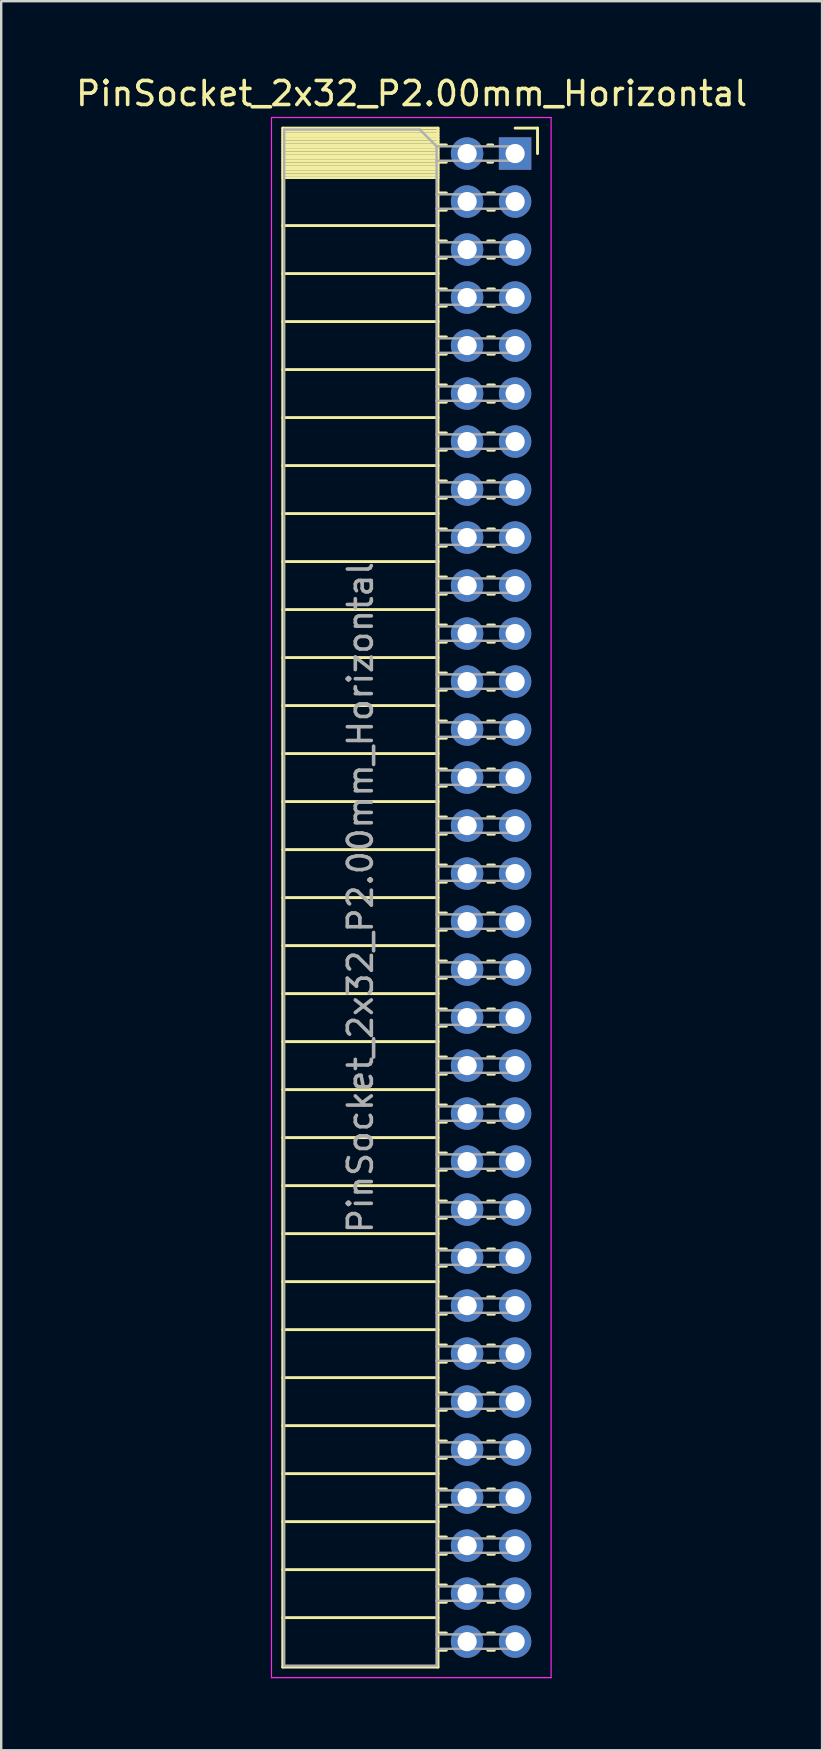
<source format=kicad_pcb>
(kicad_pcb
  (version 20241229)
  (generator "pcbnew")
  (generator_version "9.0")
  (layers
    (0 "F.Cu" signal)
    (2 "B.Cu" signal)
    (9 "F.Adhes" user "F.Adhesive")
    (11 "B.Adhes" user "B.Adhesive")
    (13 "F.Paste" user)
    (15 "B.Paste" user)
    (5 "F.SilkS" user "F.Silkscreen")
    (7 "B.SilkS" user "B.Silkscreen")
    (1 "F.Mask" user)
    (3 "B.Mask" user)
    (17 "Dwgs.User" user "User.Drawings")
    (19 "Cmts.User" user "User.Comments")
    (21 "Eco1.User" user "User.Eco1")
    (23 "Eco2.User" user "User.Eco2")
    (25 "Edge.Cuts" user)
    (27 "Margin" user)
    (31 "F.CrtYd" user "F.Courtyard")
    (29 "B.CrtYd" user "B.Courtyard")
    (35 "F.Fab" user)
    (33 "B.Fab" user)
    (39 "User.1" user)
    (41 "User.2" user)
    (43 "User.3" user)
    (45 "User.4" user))
  (footprint "PinSocket_2x32_P2.00mm_Horizontal"
    (layer "F.Cu")
    (at 18.411 3.348)
    (property "Reference" "PinSocket_2x32_P2.00mm_Horizontal" (at -4.31 -2.5 0) (layer "F.SilkS") (effects (font (size 1 1) (thickness 0.15))))
    (attr through_hole)
    (fp_line (start -9.68 -1.06) (end -9.68 63.06) (stroke (width 0.12) (type solid)) (layer "F.SilkS"))
    (fp_line (start -9.68 -1.06) (end -3.21 -1.06) (stroke (width 0.12) (type solid)) (layer "F.SilkS"))
    (fp_line (start -9.68 -0.94) (end -3.21 -0.94) (stroke (width 0.12) (type solid)) (layer "F.SilkS"))
    (fp_line (start -9.68 -0.826) (end -3.21 -0.826) (stroke (width 0.12) (type solid)) (layer "F.SilkS"))
    (fp_line (start -9.68 -0.712) (end -3.21 -0.712) (stroke (width 0.12) (type solid)) (layer "F.SilkS"))
    (fp_line (start -9.68 -0.598) (end -3.21 -0.598) (stroke (width 0.12) (type solid)) (layer "F.SilkS"))
    (fp_line (start -9.68 -0.484) (end -3.21 -0.484) (stroke (width 0.12) (type solid)) (layer "F.SilkS"))
    (fp_line (start -9.68 -0.369) (end -3.21 -0.369) (stroke (width 0.12) (type solid)) (layer "F.SilkS"))
    (fp_line (start -9.68 -0.255) (end -3.21 -0.255) (stroke (width 0.12) (type solid)) (layer "F.SilkS"))
    (fp_line (start -9.68 -0.141) (end -3.21 -0.141) (stroke (width 0.12) (type solid)) (layer "F.SilkS"))
    (fp_line (start -9.68 -0.027) (end -3.21 -0.027) (stroke (width 0.12) (type solid)) (layer "F.SilkS"))
    (fp_line (start -9.68 0.087) (end -3.21 0.087) (stroke (width 0.12) (type solid)) (layer "F.SilkS"))
    (fp_line (start -9.68 0.201) (end -3.21 0.201) (stroke (width 0.12) (type solid)) (layer "F.SilkS"))
    (fp_line (start -9.68 0.315) (end -3.21 0.315) (stroke (width 0.12) (type solid)) (layer "F.SilkS"))
    (fp_line (start -9.68 0.429) (end -3.21 0.429) (stroke (width 0.12) (type solid)) (layer "F.SilkS"))
    (fp_line (start -9.68 0.544) (end -3.21 0.544) (stroke (width 0.12) (type solid)) (layer "F.SilkS"))
    (fp_line (start -9.68 0.658) (end -3.21 0.658) (stroke (width 0.12) (type solid)) (layer "F.SilkS"))
    (fp_line (start -9.68 0.772) (end -3.21 0.772) (stroke (width 0.12) (type solid)) (layer "F.SilkS"))
    (fp_line (start -9.68 0.886) (end -3.21 0.886) (stroke (width 0.12) (type solid)) (layer "F.SilkS"))
    (fp_line (start -9.68 1) (end -3.21 1) (stroke (width 0.12) (type solid)) (layer "F.SilkS"))
    (fp_line (start -9.68 3) (end -3.21 3) (stroke (width 0.12) (type solid)) (layer "F.SilkS"))
    (fp_line (start -9.68 5) (end -3.21 5) (stroke (width 0.12) (type solid)) (layer "F.SilkS"))
    (fp_line (start -9.68 7) (end -3.21 7) (stroke (width 0.12) (type solid)) (layer "F.SilkS"))
    (fp_line (start -9.68 9) (end -3.21 9) (stroke (width 0.12) (type solid)) (layer "F.SilkS"))
    (fp_line (start -9.68 11) (end -3.21 11) (stroke (width 0.12) (type solid)) (layer "F.SilkS"))
    (fp_line (start -9.68 13) (end -3.21 13) (stroke (width 0.12) (type solid)) (layer "F.SilkS"))
    (fp_line (start -9.68 15) (end -3.21 15) (stroke (width 0.12) (type solid)) (layer "F.SilkS"))
    (fp_line (start -9.68 17) (end -3.21 17) (stroke (width 0.12) (type solid)) (layer "F.SilkS"))
    (fp_line (start -9.68 19) (end -3.21 19) (stroke (width 0.12) (type solid)) (layer "F.SilkS"))
    (fp_line (start -9.68 21) (end -3.21 21) (stroke (width 0.12) (type solid)) (layer "F.SilkS"))
    (fp_line (start -9.68 23) (end -3.21 23) (stroke (width 0.12) (type solid)) (layer "F.SilkS"))
    (fp_line (start -9.68 25) (end -3.21 25) (stroke (width 0.12) (type solid)) (layer "F.SilkS"))
    (fp_line (start -9.68 27) (end -3.21 27) (stroke (width 0.12) (type solid)) (layer "F.SilkS"))
    (fp_line (start -9.68 29) (end -3.21 29) (stroke (width 0.12) (type solid)) (layer "F.SilkS"))
    (fp_line (start -9.68 31) (end -3.21 31) (stroke (width 0.12) (type solid)) (layer "F.SilkS"))
    (fp_line (start -9.68 33) (end -3.21 33) (stroke (width 0.12) (type solid)) (layer "F.SilkS"))
    (fp_line (start -9.68 35) (end -3.21 35) (stroke (width 0.12) (type solid)) (layer "F.SilkS"))
    (fp_line (start -9.68 37) (end -3.21 37) (stroke (width 0.12) (type solid)) (layer "F.SilkS"))
    (fp_line (start -9.68 39) (end -3.21 39) (stroke (width 0.12) (type solid)) (layer "F.SilkS"))
    (fp_line (start -9.68 41) (end -3.21 41) (stroke (width 0.12) (type solid)) (layer "F.SilkS"))
    (fp_line (start -9.68 43) (end -3.21 43) (stroke (width 0.12) (type solid)) (layer "F.SilkS"))
    (fp_line (start -9.68 45) (end -3.21 45) (stroke (width 0.12) (type solid)) (layer "F.SilkS"))
    (fp_line (start -9.68 47) (end -3.21 47) (stroke (width 0.12) (type solid)) (layer "F.SilkS"))
    (fp_line (start -9.68 49) (end -3.21 49) (stroke (width 0.12) (type solid)) (layer "F.SilkS"))
    (fp_line (start -9.68 51) (end -3.21 51) (stroke (width 0.12) (type solid)) (layer "F.SilkS"))
    (fp_line (start -9.68 53) (end -3.21 53) (stroke (width 0.12) (type solid)) (layer "F.SilkS"))
    (fp_line (start -9.68 55) (end -3.21 55) (stroke (width 0.12) (type solid)) (layer "F.SilkS"))
    (fp_line (start -9.68 57) (end -3.21 57) (stroke (width 0.12) (type solid)) (layer "F.SilkS"))
    (fp_line (start -9.68 59) (end -3.21 59) (stroke (width 0.12) (type solid)) (layer "F.SilkS"))
    (fp_line (start -9.68 61) (end -3.21 61) (stroke (width 0.12) (type solid)) (layer "F.SilkS"))
    (fp_line (start -9.68 63.06) (end -3.21 63.06) (stroke (width 0.12) (type solid)) (layer "F.SilkS"))
    (fp_line (start -3.21 -1.06) (end -3.21 63.06) (stroke (width 0.12) (type solid)) (layer "F.SilkS"))
    (fp_line (start -3.21 -0.36) (end -2.863 -0.36) (stroke (width 0.12) (type solid)) (layer "F.SilkS"))
    (fp_line (start -3.21 0.36) (end -2.863 0.36) (stroke (width 0.12) (type solid)) (layer "F.SilkS"))
    (fp_line (start -3.21 1.64) (end -2.863 1.64) (stroke (width 0.12) (type solid)) (layer "F.SilkS"))
    (fp_line (start -3.21 2.36) (end -2.863 2.36) (stroke (width 0.12) (type solid)) (layer "F.SilkS"))
    (fp_line (start -3.21 3.64) (end -2.863 3.64) (stroke (width 0.12) (type solid)) (layer "F.SilkS"))
    (fp_line (start -3.21 4.36) (end -2.863 4.36) (stroke (width 0.12) (type solid)) (layer "F.SilkS"))
    (fp_line (start -3.21 5.64) (end -2.863 5.64) (stroke (width 0.12) (type solid)) (layer "F.SilkS"))
    (fp_line (start -3.21 6.36) (end -2.863 6.36) (stroke (width 0.12) (type solid)) (layer "F.SilkS"))
    (fp_line (start -3.21 7.64) (end -2.863 7.64) (stroke (width 0.12) (type solid)) (layer "F.SilkS"))
    (fp_line (start -3.21 8.36) (end -2.863 8.36) (stroke (width 0.12) (type solid)) (layer "F.SilkS"))
    (fp_line (start -3.21 9.64) (end -2.863 9.64) (stroke (width 0.12) (type solid)) (layer "F.SilkS"))
    (fp_line (start -3.21 10.36) (end -2.863 10.36) (stroke (width 0.12) (type solid)) (layer "F.SilkS"))
    (fp_line (start -3.21 11.64) (end -2.863 11.64) (stroke (width 0.12) (type solid)) (layer "F.SilkS"))
    (fp_line (start -3.21 12.36) (end -2.863 12.36) (stroke (width 0.12) (type solid)) (layer "F.SilkS"))
    (fp_line (start -3.21 13.64) (end -2.863 13.64) (stroke (width 0.12) (type solid)) (layer "F.SilkS"))
    (fp_line (start -3.21 14.36) (end -2.863 14.36) (stroke (width 0.12) (type solid)) (layer "F.SilkS"))
    (fp_line (start -3.21 15.64) (end -2.863 15.64) (stroke (width 0.12) (type solid)) (layer "F.SilkS"))
    (fp_line (start -3.21 16.36) (end -2.863 16.36) (stroke (width 0.12) (type solid)) (layer "F.SilkS"))
    (fp_line (start -3.21 17.64) (end -2.863 17.64) (stroke (width 0.12) (type solid)) (layer "F.SilkS"))
    (fp_line (start -3.21 18.36) (end -2.863 18.36) (stroke (width 0.12) (type solid)) (layer "F.SilkS"))
    (fp_line (start -3.21 19.64) (end -2.863 19.64) (stroke (width 0.12) (type solid)) (layer "F.SilkS"))
    (fp_line (start -3.21 20.36) (end -2.863 20.36) (stroke (width 0.12) (type solid)) (layer "F.SilkS"))
    (fp_line (start -3.21 21.64) (end -2.863 21.64) (stroke (width 0.12) (type solid)) (layer "F.SilkS"))
    (fp_line (start -3.21 22.36) (end -2.863 22.36) (stroke (width 0.12) (type solid)) (layer "F.SilkS"))
    (fp_line (start -3.21 23.64) (end -2.863 23.64) (stroke (width 0.12) (type solid)) (layer "F.SilkS"))
    (fp_line (start -3.21 24.36) (end -2.863 24.36) (stroke (width 0.12) (type solid)) (layer "F.SilkS"))
    (fp_line (start -3.21 25.64) (end -2.863 25.64) (stroke (width 0.12) (type solid)) (layer "F.SilkS"))
    (fp_line (start -3.21 26.36) (end -2.863 26.36) (stroke (width 0.12) (type solid)) (layer "F.SilkS"))
    (fp_line (start -3.21 27.64) (end -2.863 27.64) (stroke (width 0.12) (type solid)) (layer "F.SilkS"))
    (fp_line (start -3.21 28.36) (end -2.863 28.36) (stroke (width 0.12) (type solid)) (layer "F.SilkS"))
    (fp_line (start -3.21 29.64) (end -2.863 29.64) (stroke (width 0.12) (type solid)) (layer "F.SilkS"))
    (fp_line (start -3.21 30.36) (end -2.863 30.36) (stroke (width 0.12) (type solid)) (layer "F.SilkS"))
    (fp_line (start -3.21 31.64) (end -2.863 31.64) (stroke (width 0.12) (type solid)) (layer "F.SilkS"))
    (fp_line (start -3.21 32.36) (end -2.863 32.36) (stroke (width 0.12) (type solid)) (layer "F.SilkS"))
    (fp_line (start -3.21 33.64) (end -2.863 33.64) (stroke (width 0.12) (type solid)) (layer "F.SilkS"))
    (fp_line (start -3.21 34.36) (end -2.863 34.36) (stroke (width 0.12) (type solid)) (layer "F.SilkS"))
    (fp_line (start -3.21 35.64) (end -2.863 35.64) (stroke (width 0.12) (type solid)) (layer "F.SilkS"))
    (fp_line (start -3.21 36.36) (end -2.863 36.36) (stroke (width 0.12) (type solid)) (layer "F.SilkS"))
    (fp_line (start -3.21 37.64) (end -2.863 37.64) (stroke (width 0.12) (type solid)) (layer "F.SilkS"))
    (fp_line (start -3.21 38.36) (end -2.863 38.36) (stroke (width 0.12) (type solid)) (layer "F.SilkS"))
    (fp_line (start -3.21 39.64) (end -2.863 39.64) (stroke (width 0.12) (type solid)) (layer "F.SilkS"))
    (fp_line (start -3.21 40.36) (end -2.863 40.36) (stroke (width 0.12) (type solid)) (layer "F.SilkS"))
    (fp_line (start -3.21 41.64) (end -2.863 41.64) (stroke (width 0.12) (type solid)) (layer "F.SilkS"))
    (fp_line (start -3.21 42.36) (end -2.863 42.36) (stroke (width 0.12) (type solid)) (layer "F.SilkS"))
    (fp_line (start -3.21 43.64) (end -2.863 43.64) (stroke (width 0.12) (type solid)) (layer "F.SilkS"))
    (fp_line (start -3.21 44.36) (end -2.863 44.36) (stroke (width 0.12) (type solid)) (layer "F.SilkS"))
    (fp_line (start -3.21 45.64) (end -2.863 45.64) (stroke (width 0.12) (type solid)) (layer "F.SilkS"))
    (fp_line (start -3.21 46.36) (end -2.863 46.36) (stroke (width 0.12) (type solid)) (layer "F.SilkS"))
    (fp_line (start -3.21 47.64) (end -2.863 47.64) (stroke (width 0.12) (type solid)) (layer "F.SilkS"))
    (fp_line (start -3.21 48.36) (end -2.863 48.36) (stroke (width 0.12) (type solid)) (layer "F.SilkS"))
    (fp_line (start -3.21 49.64) (end -2.863 49.64) (stroke (width 0.12) (type solid)) (layer "F.SilkS"))
    (fp_line (start -3.21 50.36) (end -2.863 50.36) (stroke (width 0.12) (type solid)) (layer "F.SilkS"))
    (fp_line (start -3.21 51.64) (end -2.863 51.64) (stroke (width 0.12) (type solid)) (layer "F.SilkS"))
    (fp_line (start -3.21 52.36) (end -2.863 52.36) (stroke (width 0.12) (type solid)) (layer "F.SilkS"))
    (fp_line (start -3.21 53.64) (end -2.863 53.64) (stroke (width 0.12) (type solid)) (layer "F.SilkS"))
    (fp_line (start -3.21 54.36) (end -2.863 54.36) (stroke (width 0.12) (type solid)) (layer "F.SilkS"))
    (fp_line (start -3.21 55.64) (end -2.863 55.64) (stroke (width 0.12) (type solid)) (layer "F.SilkS"))
    (fp_line (start -3.21 56.36) (end -2.863 56.36) (stroke (width 0.12) (type solid)) (layer "F.SilkS"))
    (fp_line (start -3.21 57.64) (end -2.863 57.64) (stroke (width 0.12) (type solid)) (layer "F.SilkS"))
    (fp_line (start -3.21 58.36) (end -2.863 58.36) (stroke (width 0.12) (type solid)) (layer "F.SilkS"))
    (fp_line (start -3.21 59.64) (end -2.863 59.64) (stroke (width 0.12) (type solid)) (layer "F.SilkS"))
    (fp_line (start -3.21 60.36) (end -2.863 60.36) (stroke (width 0.12) (type solid)) (layer "F.SilkS"))
    (fp_line (start -3.21 61.64) (end -2.863 61.64) (stroke (width 0.12) (type solid)) (layer "F.SilkS"))
    (fp_line (start -3.21 62.36) (end -2.863 62.36) (stroke (width 0.12) (type solid)) (layer "F.SilkS"))
    (fp_line (start -1.137 -0.36) (end -0.935 -0.36) (stroke (width 0.12) (type solid)) (layer "F.SilkS"))
    (fp_line (start -1.137 0.36) (end -0.935 0.36) (stroke (width 0.12) (type solid)) (layer "F.SilkS"))
    (fp_line (start -1.137 1.64) (end -0.863 1.64) (stroke (width 0.12) (type solid)) (layer "F.SilkS"))
    (fp_line (start -1.137 2.36) (end -0.863 2.36) (stroke (width 0.12) (type solid)) (layer "F.SilkS"))
    (fp_line (start -1.137 3.64) (end -0.863 3.64) (stroke (width 0.12) (type solid)) (layer "F.SilkS"))
    (fp_line (start -1.137 4.36) (end -0.863 4.36) (stroke (width 0.12) (type solid)) (layer "F.SilkS"))
    (fp_line (start -1.137 5.64) (end -0.863 5.64) (stroke (width 0.12) (type solid)) (layer "F.SilkS"))
    (fp_line (start -1.137 6.36) (end -0.863 6.36) (stroke (width 0.12) (type solid)) (layer "F.SilkS"))
    (fp_line (start -1.137 7.64) (end -0.863 7.64) (stroke (width 0.12) (type solid)) (layer "F.SilkS"))
    (fp_line (start -1.137 8.36) (end -0.863 8.36) (stroke (width 0.12) (type solid)) (layer "F.SilkS"))
    (fp_line (start -1.137 9.64) (end -0.863 9.64) (stroke (width 0.12) (type solid)) (layer "F.SilkS"))
    (fp_line (start -1.137 10.36) (end -0.863 10.36) (stroke (width 0.12) (type solid)) (layer "F.SilkS"))
    (fp_line (start -1.137 11.64) (end -0.863 11.64) (stroke (width 0.12) (type solid)) (layer "F.SilkS"))
    (fp_line (start -1.137 12.36) (end -0.863 12.36) (stroke (width 0.12) (type solid)) (layer "F.SilkS"))
    (fp_line (start -1.137 13.64) (end -0.863 13.64) (stroke (width 0.12) (type solid)) (layer "F.SilkS"))
    (fp_line (start -1.137 14.36) (end -0.863 14.36) (stroke (width 0.12) (type solid)) (layer "F.SilkS"))
    (fp_line (start -1.137 15.64) (end -0.863 15.64) (stroke (width 0.12) (type solid)) (layer "F.SilkS"))
    (fp_line (start -1.137 16.36) (end -0.863 16.36) (stroke (width 0.12) (type solid)) (layer "F.SilkS"))
    (fp_line (start -1.137 17.64) (end -0.863 17.64) (stroke (width 0.12) (type solid)) (layer "F.SilkS"))
    (fp_line (start -1.137 18.36) (end -0.863 18.36) (stroke (width 0.12) (type solid)) (layer "F.SilkS"))
    (fp_line (start -1.137 19.64) (end -0.863 19.64) (stroke (width 0.12) (type solid)) (layer "F.SilkS"))
    (fp_line (start -1.137 20.36) (end -0.863 20.36) (stroke (width 0.12) (type solid)) (layer "F.SilkS"))
    (fp_line (start -1.137 21.64) (end -0.863 21.64) (stroke (width 0.12) (type solid)) (layer "F.SilkS"))
    (fp_line (start -1.137 22.36) (end -0.863 22.36) (stroke (width 0.12) (type solid)) (layer "F.SilkS"))
    (fp_line (start -1.137 23.64) (end -0.863 23.64) (stroke (width 0.12) (type solid)) (layer "F.SilkS"))
    (fp_line (start -1.137 24.36) (end -0.863 24.36) (stroke (width 0.12) (type solid)) (layer "F.SilkS"))
    (fp_line (start -1.137 25.64) (end -0.863 25.64) (stroke (width 0.12) (type solid)) (layer "F.SilkS"))
    (fp_line (start -1.137 26.36) (end -0.863 26.36) (stroke (width 0.12) (type solid)) (layer "F.SilkS"))
    (fp_line (start -1.137 27.64) (end -0.863 27.64) (stroke (width 0.12) (type solid)) (layer "F.SilkS"))
    (fp_line (start -1.137 28.36) (end -0.863 28.36) (stroke (width 0.12) (type solid)) (layer "F.SilkS"))
    (fp_line (start -1.137 29.64) (end -0.863 29.64) (stroke (width 0.12) (type solid)) (layer "F.SilkS"))
    (fp_line (start -1.137 30.36) (end -0.863 30.36) (stroke (width 0.12) (type solid)) (layer "F.SilkS"))
    (fp_line (start -1.137 31.64) (end -0.863 31.64) (stroke (width 0.12) (type solid)) (layer "F.SilkS"))
    (fp_line (start -1.137 32.36) (end -0.863 32.36) (stroke (width 0.12) (type solid)) (layer "F.SilkS"))
    (fp_line (start -1.137 33.64) (end -0.863 33.64) (stroke (width 0.12) (type solid)) (layer "F.SilkS"))
    (fp_line (start -1.137 34.36) (end -0.863 34.36) (stroke (width 0.12) (type solid)) (layer "F.SilkS"))
    (fp_line (start -1.137 35.64) (end -0.863 35.64) (stroke (width 0.12) (type solid)) (layer "F.SilkS"))
    (fp_line (start -1.137 36.36) (end -0.863 36.36) (stroke (width 0.12) (type solid)) (layer "F.SilkS"))
    (fp_line (start -1.137 37.64) (end -0.863 37.64) (stroke (width 0.12) (type solid)) (layer "F.SilkS"))
    (fp_line (start -1.137 38.36) (end -0.863 38.36) (stroke (width 0.12) (type solid)) (layer "F.SilkS"))
    (fp_line (start -1.137 39.64) (end -0.863 39.64) (stroke (width 0.12) (type solid)) (layer "F.SilkS"))
    (fp_line (start -1.137 40.36) (end -0.863 40.36) (stroke (width 0.12) (type solid)) (layer "F.SilkS"))
    (fp_line (start -1.137 41.64) (end -0.863 41.64) (stroke (width 0.12) (type solid)) (layer "F.SilkS"))
    (fp_line (start -1.137 42.36) (end -0.863 42.36) (stroke (width 0.12) (type solid)) (layer "F.SilkS"))
    (fp_line (start -1.137 43.64) (end -0.863 43.64) (stroke (width 0.12) (type solid)) (layer "F.SilkS"))
    (fp_line (start -1.137 44.36) (end -0.863 44.36) (stroke (width 0.12) (type solid)) (layer "F.SilkS"))
    (fp_line (start -1.137 45.64) (end -0.863 45.64) (stroke (width 0.12) (type solid)) (layer "F.SilkS"))
    (fp_line (start -1.137 46.36) (end -0.863 46.36) (stroke (width 0.12) (type solid)) (layer "F.SilkS"))
    (fp_line (start -1.137 47.64) (end -0.863 47.64) (stroke (width 0.12) (type solid)) (layer "F.SilkS"))
    (fp_line (start -1.137 48.36) (end -0.863 48.36) (stroke (width 0.12) (type solid)) (layer "F.SilkS"))
    (fp_line (start -1.137 49.64) (end -0.863 49.64) (stroke (width 0.12) (type solid)) (layer "F.SilkS"))
    (fp_line (start -1.137 50.36) (end -0.863 50.36) (stroke (width 0.12) (type solid)) (layer "F.SilkS"))
    (fp_line (start -1.137 51.64) (end -0.863 51.64) (stroke (width 0.12) (type solid)) (layer "F.SilkS"))
    (fp_line (start -1.137 52.36) (end -0.863 52.36) (stroke (width 0.12) (type solid)) (layer "F.SilkS"))
    (fp_line (start -1.137 53.64) (end -0.863 53.64) (stroke (width 0.12) (type solid)) (layer "F.SilkS"))
    (fp_line (start -1.137 54.36) (end -0.863 54.36) (stroke (width 0.12) (type solid)) (layer "F.SilkS"))
    (fp_line (start -1.137 55.64) (end -0.863 55.64) (stroke (width 0.12) (type solid)) (layer "F.SilkS"))
    (fp_line (start -1.137 56.36) (end -0.863 56.36) (stroke (width 0.12) (type solid)) (layer "F.SilkS"))
    (fp_line (start -1.137 57.64) (end -0.863 57.64) (stroke (width 0.12) (type solid)) (layer "F.SilkS"))
    (fp_line (start -1.137 58.36) (end -0.863 58.36) (stroke (width 0.12) (type solid)) (layer "F.SilkS"))
    (fp_line (start -1.137 59.64) (end -0.863 59.64) (stroke (width 0.12) (type solid)) (layer "F.SilkS"))
    (fp_line (start -1.137 60.36) (end -0.863 60.36) (stroke (width 0.12) (type solid)) (layer "F.SilkS"))
    (fp_line (start -1.137 61.64) (end -0.863 61.64) (stroke (width 0.12) (type solid)) (layer "F.SilkS"))
    (fp_line (start -1.137 62.36) (end -0.863 62.36) (stroke (width 0.12) (type solid)) (layer "F.SilkS"))
    (fp_line (start 0 -1.06) (end 0.935 -1.06) (stroke (width 0.12) (type solid)) (layer "F.SilkS"))
    (fp_line (start 0.935 -1.06) (end 0.935 0) (stroke (width 0.12) (type solid)) (layer "F.SilkS"))
    (fp_line (start -10.15 -1.5) (end -10.15 63.5) (stroke (width 0.05) (type solid)) (layer "F.CrtYd"))
    (fp_line (start -10.15 63.5) (end 1.5 63.5) (stroke (width 0.05) (type solid)) (layer "F.CrtYd"))
    (fp_line (start 1.5 -1.5) (end -10.15 -1.5) (stroke (width 0.05) (type solid)) (layer "F.CrtYd"))
    (fp_line (start 1.5 63.5) (end 1.5 -1.5) (stroke (width 0.05) (type solid)) (layer "F.CrtYd"))
    (fp_line (start -9.62 -1) (end -3.97 -1) (stroke (width 0.1) (type solid)) (layer "F.Fab"))
    (fp_line (start -9.62 63) (end -9.62 -1) (stroke (width 0.1) (type solid)) (layer "F.Fab"))
    (fp_line (start -3.97 -1) (end -3.27 -0.3) (stroke (width 0.1) (type solid)) (layer "F.Fab"))
    (fp_line (start -3.27 -0.3) (end -3.27 63) (stroke (width 0.1) (type solid)) (layer "F.Fab"))
    (fp_line (start -3.27 0.3) (end 0 0.3) (stroke (width 0.1) (type solid)) (layer "F.Fab"))
    (fp_line (start -3.27 2.3) (end 0 2.3) (stroke (width 0.1) (type solid)) (layer "F.Fab"))
    (fp_line (start -3.27 4.3) (end 0 4.3) (stroke (width 0.1) (type solid)) (layer "F.Fab"))
    (fp_line (start -3.27 6.3) (end 0 6.3) (stroke (width 0.1) (type solid)) (layer "F.Fab"))
    (fp_line (start -3.27 8.3) (end 0 8.3) (stroke (width 0.1) (type solid)) (layer "F.Fab"))
    (fp_line (start -3.27 10.3) (end 0 10.3) (stroke (width 0.1) (type solid)) (layer "F.Fab"))
    (fp_line (start -3.27 12.3) (end 0 12.3) (stroke (width 0.1) (type solid)) (layer "F.Fab"))
    (fp_line (start -3.27 14.3) (end 0 14.3) (stroke (width 0.1) (type solid)) (layer "F.Fab"))
    (fp_line (start -3.27 16.3) (end 0 16.3) (stroke (width 0.1) (type solid)) (layer "F.Fab"))
    (fp_line (start -3.27 18.3) (end 0 18.3) (stroke (width 0.1) (type solid)) (layer "F.Fab"))
    (fp_line (start -3.27 20.3) (end 0 20.3) (stroke (width 0.1) (type solid)) (layer "F.Fab"))
    (fp_line (start -3.27 22.3) (end 0 22.3) (stroke (width 0.1) (type solid)) (layer "F.Fab"))
    (fp_line (start -3.27 24.3) (end 0 24.3) (stroke (width 0.1) (type solid)) (layer "F.Fab"))
    (fp_line (start -3.27 26.3) (end 0 26.3) (stroke (width 0.1) (type solid)) (layer "F.Fab"))
    (fp_line (start -3.27 28.3) (end 0 28.3) (stroke (width 0.1) (type solid)) (layer "F.Fab"))
    (fp_line (start -3.27 30.3) (end 0 30.3) (stroke (width 0.1) (type solid)) (layer "F.Fab"))
    (fp_line (start -3.27 32.3) (end 0 32.3) (stroke (width 0.1) (type solid)) (layer "F.Fab"))
    (fp_line (start -3.27 34.3) (end 0 34.3) (stroke (width 0.1) (type solid)) (layer "F.Fab"))
    (fp_line (start -3.27 36.3) (end 0 36.3) (stroke (width 0.1) (type solid)) (layer "F.Fab"))
    (fp_line (start -3.27 38.3) (end 0 38.3) (stroke (width 0.1) (type solid)) (layer "F.Fab"))
    (fp_line (start -3.27 40.3) (end 0 40.3) (stroke (width 0.1) (type solid)) (layer "F.Fab"))
    (fp_line (start -3.27 42.3) (end 0 42.3) (stroke (width 0.1) (type solid)) (layer "F.Fab"))
    (fp_line (start -3.27 44.3) (end 0 44.3) (stroke (width 0.1) (type solid)) (layer "F.Fab"))
    (fp_line (start -3.27 46.3) (end 0 46.3) (stroke (width 0.1) (type solid)) (layer "F.Fab"))
    (fp_line (start -3.27 48.3) (end 0 48.3) (stroke (width 0.1) (type solid)) (layer "F.Fab"))
    (fp_line (start -3.27 50.3) (end 0 50.3) (stroke (width 0.1) (type solid)) (layer "F.Fab"))
    (fp_line (start -3.27 52.3) (end 0 52.3) (stroke (width 0.1) (type solid)) (layer "F.Fab"))
    (fp_line (start -3.27 54.3) (end 0 54.3) (stroke (width 0.1) (type solid)) (layer "F.Fab"))
    (fp_line (start -3.27 56.3) (end 0 56.3) (stroke (width 0.1) (type solid)) (layer "F.Fab"))
    (fp_line (start -3.27 58.3) (end 0 58.3) (stroke (width 0.1) (type solid)) (layer "F.Fab"))
    (fp_line (start -3.27 60.3) (end 0 60.3) (stroke (width 0.1) (type solid)) (layer "F.Fab"))
    (fp_line (start -3.27 62.3) (end 0 62.3) (stroke (width 0.1) (type solid)) (layer "F.Fab"))
    (fp_line (start -3.27 63) (end -9.62 63) (stroke (width 0.1) (type solid)) (layer "F.Fab"))
    (fp_line (start 0 -0.3) (end -3.27 -0.3) (stroke (width 0.1) (type solid)) (layer "F.Fab"))
    (fp_line (start 0 0.3) (end 0 -0.3) (stroke (width 0.1) (type solid)) (layer "F.Fab"))
    (fp_line (start 0 1.7) (end -3.27 1.7) (stroke (width 0.1) (type solid)) (layer "F.Fab"))
    (fp_line (start 0 2.3) (end 0 1.7) (stroke (width 0.1) (type solid)) (layer "F.Fab"))
    (fp_line (start 0 3.7) (end -3.27 3.7) (stroke (width 0.1) (type solid)) (layer "F.Fab"))
    (fp_line (start 0 4.3) (end 0 3.7) (stroke (width 0.1) (type solid)) (layer "F.Fab"))
    (fp_line (start 0 5.7) (end -3.27 5.7) (stroke (width 0.1) (type solid)) (layer "F.Fab"))
    (fp_line (start 0 6.3) (end 0 5.7) (stroke (width 0.1) (type solid)) (layer "F.Fab"))
    (fp_line (start 0 7.7) (end -3.27 7.7) (stroke (width 0.1) (type solid)) (layer "F.Fab"))
    (fp_line (start 0 8.3) (end 0 7.7) (stroke (width 0.1) (type solid)) (layer "F.Fab"))
    (fp_line (start 0 9.7) (end -3.27 9.7) (stroke (width 0.1) (type solid)) (layer "F.Fab"))
    (fp_line (start 0 10.3) (end 0 9.7) (stroke (width 0.1) (type solid)) (layer "F.Fab"))
    (fp_line (start 0 11.7) (end -3.27 11.7) (stroke (width 0.1) (type solid)) (layer "F.Fab"))
    (fp_line (start 0 12.3) (end 0 11.7) (stroke (width 0.1) (type solid)) (layer "F.Fab"))
    (fp_line (start 0 13.7) (end -3.27 13.7) (stroke (width 0.1) (type solid)) (layer "F.Fab"))
    (fp_line (start 0 14.3) (end 0 13.7) (stroke (width 0.1) (type solid)) (layer "F.Fab"))
    (fp_line (start 0 15.7) (end -3.27 15.7) (stroke (width 0.1) (type solid)) (layer "F.Fab"))
    (fp_line (start 0 16.3) (end 0 15.7) (stroke (width 0.1) (type solid)) (layer "F.Fab"))
    (fp_line (start 0 17.7) (end -3.27 17.7) (stroke (width 0.1) (type solid)) (layer "F.Fab"))
    (fp_line (start 0 18.3) (end 0 17.7) (stroke (width 0.1) (type solid)) (layer "F.Fab"))
    (fp_line (start 0 19.7) (end -3.27 19.7) (stroke (width 0.1) (type solid)) (layer "F.Fab"))
    (fp_line (start 0 20.3) (end 0 19.7) (stroke (width 0.1) (type solid)) (layer "F.Fab"))
    (fp_line (start 0 21.7) (end -3.27 21.7) (stroke (width 0.1) (type solid)) (layer "F.Fab"))
    (fp_line (start 0 22.3) (end 0 21.7) (stroke (width 0.1) (type solid)) (layer "F.Fab"))
    (fp_line (start 0 23.7) (end -3.27 23.7) (stroke (width 0.1) (type solid)) (layer "F.Fab"))
    (fp_line (start 0 24.3) (end 0 23.7) (stroke (width 0.1) (type solid)) (layer "F.Fab"))
    (fp_line (start 0 25.7) (end -3.27 25.7) (stroke (width 0.1) (type solid)) (layer "F.Fab"))
    (fp_line (start 0 26.3) (end 0 25.7) (stroke (width 0.1) (type solid)) (layer "F.Fab"))
    (fp_line (start 0 27.7) (end -3.27 27.7) (stroke (width 0.1) (type solid)) (layer "F.Fab"))
    (fp_line (start 0 28.3) (end 0 27.7) (stroke (width 0.1) (type solid)) (layer "F.Fab"))
    (fp_line (start 0 29.7) (end -3.27 29.7) (stroke (width 0.1) (type solid)) (layer "F.Fab"))
    (fp_line (start 0 30.3) (end 0 29.7) (stroke (width 0.1) (type solid)) (layer "F.Fab"))
    (fp_line (start 0 31.7) (end -3.27 31.7) (stroke (width 0.1) (type solid)) (layer "F.Fab"))
    (fp_line (start 0 32.3) (end 0 31.7) (stroke (width 0.1) (type solid)) (layer "F.Fab"))
    (fp_line (start 0 33.7) (end -3.27 33.7) (stroke (width 0.1) (type solid)) (layer "F.Fab"))
    (fp_line (start 0 34.3) (end 0 33.7) (stroke (width 0.1) (type solid)) (layer "F.Fab"))
    (fp_line (start 0 35.7) (end -3.27 35.7) (stroke (width 0.1) (type solid)) (layer "F.Fab"))
    (fp_line (start 0 36.3) (end 0 35.7) (stroke (width 0.1) (type solid)) (layer "F.Fab"))
    (fp_line (start 0 37.7) (end -3.27 37.7) (stroke (width 0.1) (type solid)) (layer "F.Fab"))
    (fp_line (start 0 38.3) (end 0 37.7) (stroke (width 0.1) (type solid)) (layer "F.Fab"))
    (fp_line (start 0 39.7) (end -3.27 39.7) (stroke (width 0.1) (type solid)) (layer "F.Fab"))
    (fp_line (start 0 40.3) (end 0 39.7) (stroke (width 0.1) (type solid)) (layer "F.Fab"))
    (fp_line (start 0 41.7) (end -3.27 41.7) (stroke (width 0.1) (type solid)) (layer "F.Fab"))
    (fp_line (start 0 42.3) (end 0 41.7) (stroke (width 0.1) (type solid)) (layer "F.Fab"))
    (fp_line (start 0 43.7) (end -3.27 43.7) (stroke (width 0.1) (type solid)) (layer "F.Fab"))
    (fp_line (start 0 44.3) (end 0 43.7) (stroke (width 0.1) (type solid)) (layer "F.Fab"))
    (fp_line (start 0 45.7) (end -3.27 45.7) (stroke (width 0.1) (type solid)) (layer "F.Fab"))
    (fp_line (start 0 46.3) (end 0 45.7) (stroke (width 0.1) (type solid)) (layer "F.Fab"))
    (fp_line (start 0 47.7) (end -3.27 47.7) (stroke (width 0.1) (type solid)) (layer "F.Fab"))
    (fp_line (start 0 48.3) (end 0 47.7) (stroke (width 0.1) (type solid)) (layer "F.Fab"))
    (fp_line (start 0 49.7) (end -3.27 49.7) (stroke (width 0.1) (type solid)) (layer "F.Fab"))
    (fp_line (start 0 50.3) (end 0 49.7) (stroke (width 0.1) (type solid)) (layer "F.Fab"))
    (fp_line (start 0 51.7) (end -3.27 51.7) (stroke (width 0.1) (type solid)) (layer "F.Fab"))
    (fp_line (start 0 52.3) (end 0 51.7) (stroke (width 0.1) (type solid)) (layer "F.Fab"))
    (fp_line (start 0 53.7) (end -3.27 53.7) (stroke (width 0.1) (type solid)) (layer "F.Fab"))
    (fp_line (start 0 54.3) (end 0 53.7) (stroke (width 0.1) (type solid)) (layer "F.Fab"))
    (fp_line (start 0 55.7) (end -3.27 55.7) (stroke (width 0.1) (type solid)) (layer "F.Fab"))
    (fp_line (start 0 56.3) (end 0 55.7) (stroke (width 0.1) (type solid)) (layer "F.Fab"))
    (fp_line (start 0 57.7) (end -3.27 57.7) (stroke (width 0.1) (type solid)) (layer "F.Fab"))
    (fp_line (start 0 58.3) (end 0 57.7) (stroke (width 0.1) (type solid)) (layer "F.Fab"))
    (fp_line (start 0 59.7) (end -3.27 59.7) (stroke (width 0.1) (type solid)) (layer "F.Fab"))
    (fp_line (start 0 60.3) (end 0 59.7) (stroke (width 0.1) (type solid)) (layer "F.Fab"))
    (fp_line (start 0 61.7) (end -3.27 61.7) (stroke (width 0.1) (type solid)) (layer "F.Fab"))
    (fp_line (start 0 62.3) (end 0 61.7) (stroke (width 0.1) (type solid)) (layer "F.Fab"))
    (fp_text user "${REFERENCE}" (at -6.445 31 90) (layer "F.Fab") (effects (font (size 1 1) (thickness 0.15))))
    (pad "1" thru_hole rect (at 0 0) (size 1.35 1.35) (drill 0.8) (layers "*.Cu" "*.Mask"))
    (pad "2" thru_hole oval (at -2 0) (size 1.35 1.35) (drill 0.8) (layers "*.Cu" "*.Mask"))
    (pad "3" thru_hole oval (at 0 2) (size 1.35 1.35) (drill 0.8) (layers "*.Cu" "*.Mask"))
    (pad "4" thru_hole oval (at -2 2) (size 1.35 1.35) (drill 0.8) (layers "*.Cu" "*.Mask"))
    (pad "5" thru_hole oval (at 0 4) (size 1.35 1.35) (drill 0.8) (layers "*.Cu" "*.Mask"))
    (pad "6" thru_hole oval (at -2 4) (size 1.35 1.35) (drill 0.8) (layers "*.Cu" "*.Mask"))
    (pad "7" thru_hole oval (at 0 6) (size 1.35 1.35) (drill 0.8) (layers "*.Cu" "*.Mask"))
    (pad "8" thru_hole oval (at -2 6) (size 1.35 1.35) (drill 0.8) (layers "*.Cu" "*.Mask"))
    (pad "9" thru_hole oval (at 0 8) (size 1.35 1.35) (drill 0.8) (layers "*.Cu" "*.Mask"))
    (pad "10" thru_hole oval (at -2 8) (size 1.35 1.35) (drill 0.8) (layers "*.Cu" "*.Mask"))
    (pad "11" thru_hole oval (at 0 10) (size 1.35 1.35) (drill 0.8) (layers "*.Cu" "*.Mask"))
    (pad "12" thru_hole oval (at -2 10) (size 1.35 1.35) (drill 0.8) (layers "*.Cu" "*.Mask"))
    (pad "13" thru_hole oval (at 0 12) (size 1.35 1.35) (drill 0.8) (layers "*.Cu" "*.Mask"))
    (pad "14" thru_hole oval (at -2 12) (size 1.35 1.35) (drill 0.8) (layers "*.Cu" "*.Mask"))
    (pad "15" thru_hole oval (at 0 14) (size 1.35 1.35) (drill 0.8) (layers "*.Cu" "*.Mask"))
    (pad "16" thru_hole oval (at -2 14) (size 1.35 1.35) (drill 0.8) (layers "*.Cu" "*.Mask"))
    (pad "17" thru_hole oval (at 0 16) (size 1.35 1.35) (drill 0.8) (layers "*.Cu" "*.Mask"))
    (pad "18" thru_hole oval (at -2 16) (size 1.35 1.35) (drill 0.8) (layers "*.Cu" "*.Mask"))
    (pad "19" thru_hole oval (at 0 18) (size 1.35 1.35) (drill 0.8) (layers "*.Cu" "*.Mask"))
    (pad "20" thru_hole oval (at -2 18) (size 1.35 1.35) (drill 0.8) (layers "*.Cu" "*.Mask"))
    (pad "21" thru_hole oval (at 0 20) (size 1.35 1.35) (drill 0.8) (layers "*.Cu" "*.Mask"))
    (pad "22" thru_hole oval (at -2 20) (size 1.35 1.35) (drill 0.8) (layers "*.Cu" "*.Mask"))
    (pad "23" thru_hole oval (at 0 22) (size 1.35 1.35) (drill 0.8) (layers "*.Cu" "*.Mask"))
    (pad "24" thru_hole oval (at -2 22) (size 1.35 1.35) (drill 0.8) (layers "*.Cu" "*.Mask"))
    (pad "25" thru_hole oval (at 0 24) (size 1.35 1.35) (drill 0.8) (layers "*.Cu" "*.Mask"))
    (pad "26" thru_hole oval (at -2 24) (size 1.35 1.35) (drill 0.8) (layers "*.Cu" "*.Mask"))
    (pad "27" thru_hole oval (at 0 26) (size 1.35 1.35) (drill 0.8) (layers "*.Cu" "*.Mask"))
    (pad "28" thru_hole oval (at -2 26) (size 1.35 1.35) (drill 0.8) (layers "*.Cu" "*.Mask"))
    (pad "29" thru_hole oval (at 0 28) (size 1.35 1.35) (drill 0.8) (layers "*.Cu" "*.Mask"))
    (pad "30" thru_hole oval (at -2 28) (size 1.35 1.35) (drill 0.8) (layers "*.Cu" "*.Mask"))
    (pad "31" thru_hole oval (at 0 30) (size 1.35 1.35) (drill 0.8) (layers "*.Cu" "*.Mask"))
    (pad "32" thru_hole oval (at -2 30) (size 1.35 1.35) (drill 0.8) (layers "*.Cu" "*.Mask"))
    (pad "33" thru_hole oval (at 0 32) (size 1.35 1.35) (drill 0.8) (layers "*.Cu" "*.Mask"))
    (pad "34" thru_hole oval (at -2 32) (size 1.35 1.35) (drill 0.8) (layers "*.Cu" "*.Mask"))
    (pad "35" thru_hole oval (at 0 34) (size 1.35 1.35) (drill 0.8) (layers "*.Cu" "*.Mask"))
    (pad "36" thru_hole oval (at -2 34) (size 1.35 1.35) (drill 0.8) (layers "*.Cu" "*.Mask"))
    (pad "37" thru_hole oval (at 0 36) (size 1.35 1.35) (drill 0.8) (layers "*.Cu" "*.Mask"))
    (pad "38" thru_hole oval (at -2 36) (size 1.35 1.35) (drill 0.8) (layers "*.Cu" "*.Mask"))
    (pad "39" thru_hole oval (at 0 38) (size 1.35 1.35) (drill 0.8) (layers "*.Cu" "*.Mask"))
    (pad "40" thru_hole oval (at -2 38) (size 1.35 1.35) (drill 0.8) (layers "*.Cu" "*.Mask"))
    (pad "41" thru_hole oval (at 0 40) (size 1.35 1.35) (drill 0.8) (layers "*.Cu" "*.Mask"))
    (pad "42" thru_hole oval (at -2 40) (size 1.35 1.35) (drill 0.8) (layers "*.Cu" "*.Mask"))
    (pad "43" thru_hole oval (at 0 42) (size 1.35 1.35) (drill 0.8) (layers "*.Cu" "*.Mask"))
    (pad "44" thru_hole oval (at -2 42) (size 1.35 1.35) (drill 0.8) (layers "*.Cu" "*.Mask"))
    (pad "45" thru_hole oval (at 0 44) (size 1.35 1.35) (drill 0.8) (layers "*.Cu" "*.Mask"))
    (pad "46" thru_hole oval (at -2 44) (size 1.35 1.35) (drill 0.8) (layers "*.Cu" "*.Mask"))
    (pad "47" thru_hole oval (at 0 46) (size 1.35 1.35) (drill 0.8) (layers "*.Cu" "*.Mask"))
    (pad "48" thru_hole oval (at -2 46) (size 1.35 1.35) (drill 0.8) (layers "*.Cu" "*.Mask"))
    (pad "49" thru_hole oval (at 0 48) (size 1.35 1.35) (drill 0.8) (layers "*.Cu" "*.Mask"))
    (pad "50" thru_hole oval (at -2 48) (size 1.35 1.35) (drill 0.8) (layers "*.Cu" "*.Mask"))
    (pad "51" thru_hole oval (at 0 50) (size 1.35 1.35) (drill 0.8) (layers "*.Cu" "*.Mask"))
    (pad "52" thru_hole oval (at -2 50) (size 1.35 1.35) (drill 0.8) (layers "*.Cu" "*.Mask"))
    (pad "53" thru_hole oval (at 0 52) (size 1.35 1.35) (drill 0.8) (layers "*.Cu" "*.Mask"))
    (pad "54" thru_hole oval (at -2 52) (size 1.35 1.35) (drill 0.8) (layers "*.Cu" "*.Mask"))
    (pad "55" thru_hole oval (at 0 54) (size 1.35 1.35) (drill 0.8) (layers "*.Cu" "*.Mask"))
    (pad "56" thru_hole oval (at -2 54) (size 1.35 1.35) (drill 0.8) (layers "*.Cu" "*.Mask"))
    (pad "57" thru_hole oval (at 0 56) (size 1.35 1.35) (drill 0.8) (layers "*.Cu" "*.Mask"))
    (pad "58" thru_hole oval (at -2 56) (size 1.35 1.35) (drill 0.8) (layers "*.Cu" "*.Mask"))
    (pad "59" thru_hole oval (at 0 58) (size 1.35 1.35) (drill 0.8) (layers "*.Cu" "*.Mask"))
    (pad "60" thru_hole oval (at -2 58) (size 1.35 1.35) (drill 0.8) (layers "*.Cu" "*.Mask"))
    (pad "61" thru_hole oval (at 0 60) (size 1.35 1.35) (drill 0.8) (layers "*.Cu" "*.Mask"))
    (pad "62" thru_hole oval (at -2 60) (size 1.35 1.35) (drill 0.8) (layers "*.Cu" "*.Mask"))
    (pad "63" thru_hole oval (at 0 62) (size 1.35 1.35) (drill 0.8) (layers "*.Cu" "*.Mask"))
    (pad "64" thru_hole oval (at -2 62) (size 1.35 1.35) (drill 0.8) (layers "*.Cu" "*.Mask")))
  (gr_rect
    (start -3 -3)
    (end 31.202 69.873)
    (stroke (width 0.1) (type default))
    (fill no)
    (layer "Edge.Cuts")))
</source>
